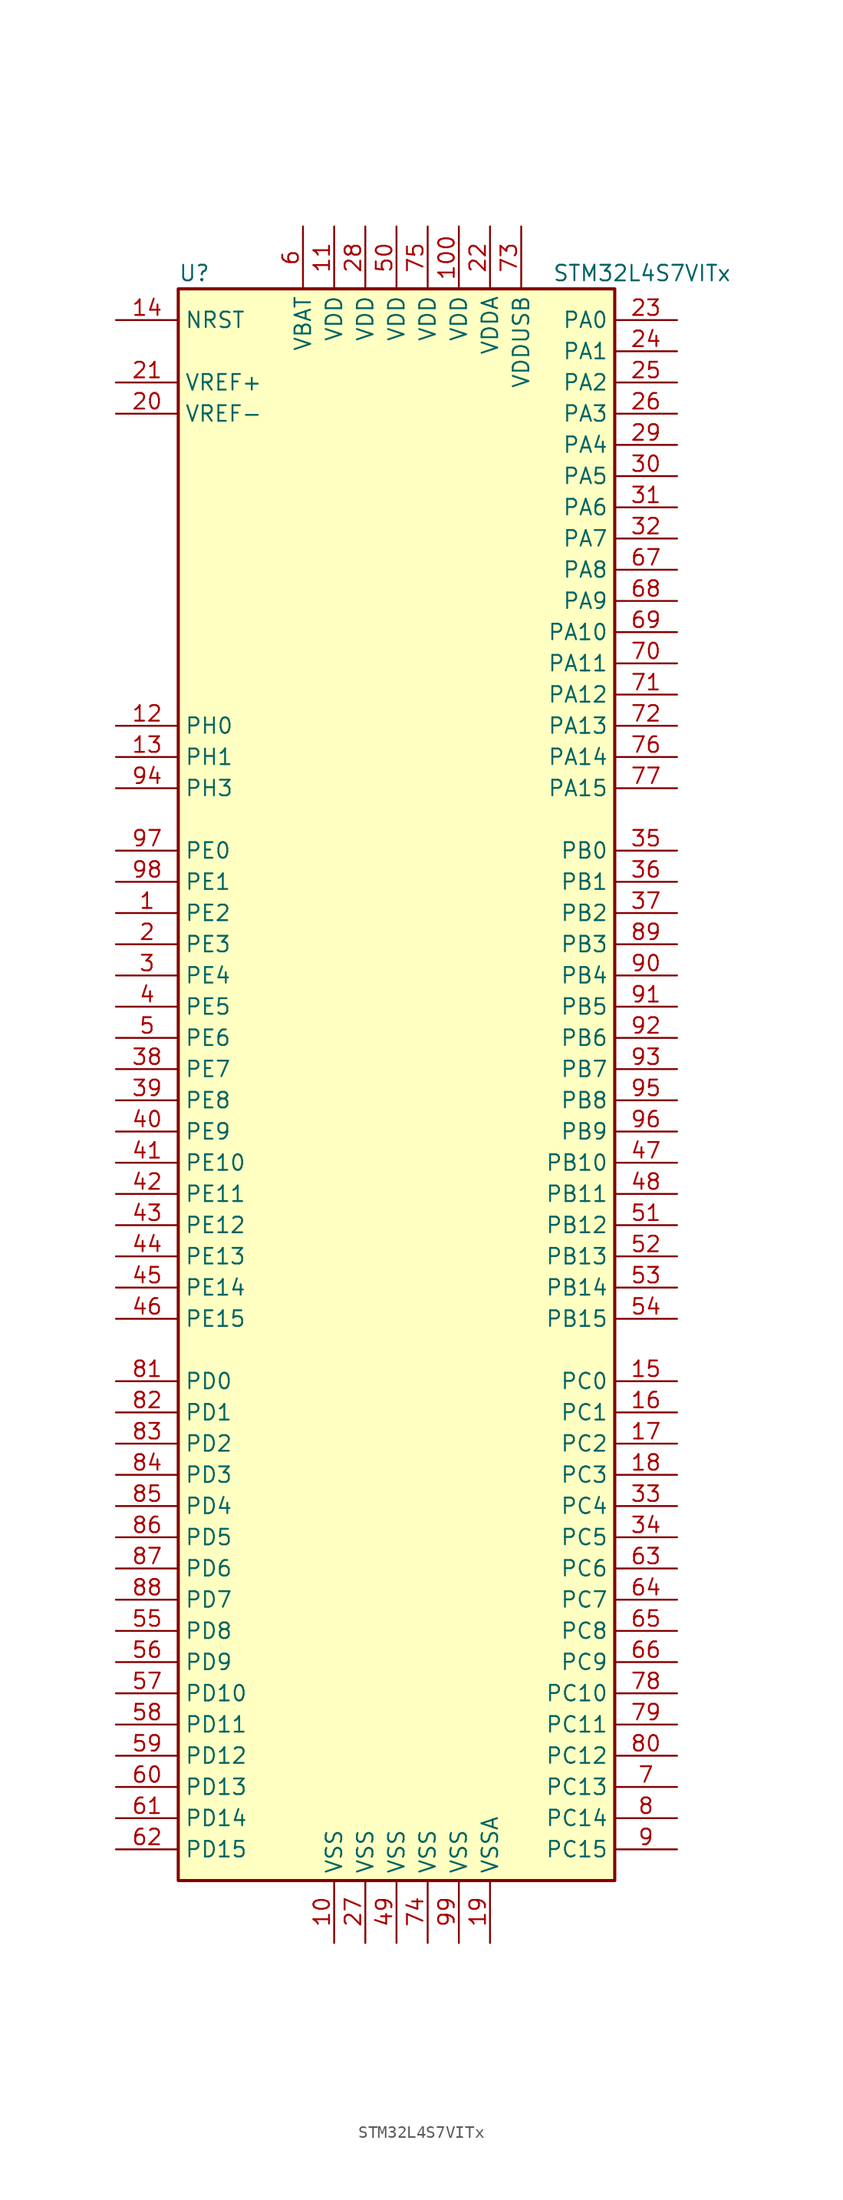
<source format=kicad_sym>
(kicad_symbol_lib
  (version 20201005)
  (generator kicad_symbol_editor)
  (symbol "MCU_ST_STM32L4+:STM32L4S7VITx"
    (property "Reference" "U"
      (at -17.78 64.77 0)
      (effects (font (size 1.27 1.27)) (justify left)))
    (property "Value" "STM32L4S7VITx"
      (at 12.7 64.77 0)
      (effects (font (size 1.27 1.27)) (justify left)))
    (symbol "STM32L4S7VITx_0_1"
      (rectangle (start -17.78 -66.04) (end 17.78 63.5) (stroke (width 0.254)) (fill (type background))))
    (symbol "STM32L4S7VITx_1_1"
      (pin input line (at -22.86 60.96 0) (length 5.08) (name "NRST" (effects (font (size 1.27 1.27)))) (number "14" (effects (font (size 1.27 1.27)))))
      (pin bidirectional line (at 22.86 60.96 180) (length 5.08) (name "PA0" (effects (font (size 1.27 1.27)))) (number "23" (effects (font (size 1.27 1.27)))))
      (pin bidirectional line (at 22.86 58.42 180) (length 5.08) (name "PA1" (effects (font (size 1.27 1.27)))) (number "24" (effects (font (size 1.27 1.27)))))
      (pin bidirectional line (at 22.86 35.56 180) (length 5.08) (name "PA10" (effects (font (size 1.27 1.27)))) (number "69" (effects (font (size 1.27 1.27)))))
      (pin bidirectional line (at 22.86 33.02 180) (length 5.08) (name "PA11" (effects (font (size 1.27 1.27)))) (number "70" (effects (font (size 1.27 1.27)))))
      (pin bidirectional line (at 22.86 30.48 180) (length 5.08) (name "PA12" (effects (font (size 1.27 1.27)))) (number "71" (effects (font (size 1.27 1.27)))))
      (pin bidirectional line (at 22.86 27.94 180) (length 5.08) (name "PA13" (effects (font (size 1.27 1.27)))) (number "72" (effects (font (size 1.27 1.27)))))
      (pin bidirectional line (at 22.86 25.4 180) (length 5.08) (name "PA14" (effects (font (size 1.27 1.27)))) (number "76" (effects (font (size 1.27 1.27)))))
      (pin bidirectional line (at 22.86 22.86 180) (length 5.08) (name "PA15" (effects (font (size 1.27 1.27)))) (number "77" (effects (font (size 1.27 1.27)))))
      (pin bidirectional line (at 22.86 55.88 180) (length 5.08) (name "PA2" (effects (font (size 1.27 1.27)))) (number "25" (effects (font (size 1.27 1.27)))))
      (pin bidirectional line (at 22.86 53.34 180) (length 5.08) (name "PA3" (effects (font (size 1.27 1.27)))) (number "26" (effects (font (size 1.27 1.27)))))
      (pin bidirectional line (at 22.86 50.8 180) (length 5.08) (name "PA4" (effects (font (size 1.27 1.27)))) (number "29" (effects (font (size 1.27 1.27)))))
      (pin bidirectional line (at 22.86 48.26 180) (length 5.08) (name "PA5" (effects (font (size 1.27 1.27)))) (number "30" (effects (font (size 1.27 1.27)))))
      (pin bidirectional line (at 22.86 45.72 180) (length 5.08) (name "PA6" (effects (font (size 1.27 1.27)))) (number "31" (effects (font (size 1.27 1.27)))))
      (pin bidirectional line (at 22.86 43.18 180) (length 5.08) (name "PA7" (effects (font (size 1.27 1.27)))) (number "32" (effects (font (size 1.27 1.27)))))
      (pin bidirectional line (at 22.86 40.64 180) (length 5.08) (name "PA8" (effects (font (size 1.27 1.27)))) (number "67" (effects (font (size 1.27 1.27)))))
      (pin bidirectional line (at 22.86 38.1 180) (length 5.08) (name "PA9" (effects (font (size 1.27 1.27)))) (number "68" (effects (font (size 1.27 1.27)))))
      (pin bidirectional line (at 22.86 17.78 180) (length 5.08) (name "PB0" (effects (font (size 1.27 1.27)))) (number "35" (effects (font (size 1.27 1.27)))))
      (pin bidirectional line (at 22.86 15.24 180) (length 5.08) (name "PB1" (effects (font (size 1.27 1.27)))) (number "36" (effects (font (size 1.27 1.27)))))
      (pin bidirectional line (at 22.86 -7.62 180) (length 5.08) (name "PB10" (effects (font (size 1.27 1.27)))) (number "47" (effects (font (size 1.27 1.27)))))
      (pin bidirectional line (at 22.86 -10.16 180) (length 5.08) (name "PB11" (effects (font (size 1.27 1.27)))) (number "48" (effects (font (size 1.27 1.27)))))
      (pin bidirectional line (at 22.86 -12.7 180) (length 5.08) (name "PB12" (effects (font (size 1.27 1.27)))) (number "51" (effects (font (size 1.27 1.27)))))
      (pin bidirectional line (at 22.86 -15.24 180) (length 5.08) (name "PB13" (effects (font (size 1.27 1.27)))) (number "52" (effects (font (size 1.27 1.27)))))
      (pin bidirectional line (at 22.86 -17.78 180) (length 5.08) (name "PB14" (effects (font (size 1.27 1.27)))) (number "53" (effects (font (size 1.27 1.27)))))
      (pin bidirectional line (at 22.86 -20.32 180) (length 5.08) (name "PB15" (effects (font (size 1.27 1.27)))) (number "54" (effects (font (size 1.27 1.27)))))
      (pin bidirectional line (at 22.86 12.7 180) (length 5.08) (name "PB2" (effects (font (size 1.27 1.27)))) (number "37" (effects (font (size 1.27 1.27)))))
      (pin bidirectional line (at 22.86 10.16 180) (length 5.08) (name "PB3" (effects (font (size 1.27 1.27)))) (number "89" (effects (font (size 1.27 1.27)))))
      (pin bidirectional line (at 22.86 7.62 180) (length 5.08) (name "PB4" (effects (font (size 1.27 1.27)))) (number "90" (effects (font (size 1.27 1.27)))))
      (pin bidirectional line (at 22.86 5.08 180) (length 5.08) (name "PB5" (effects (font (size 1.27 1.27)))) (number "91" (effects (font (size 1.27 1.27)))))
      (pin bidirectional line (at 22.86 2.54 180) (length 5.08) (name "PB6" (effects (font (size 1.27 1.27)))) (number "92" (effects (font (size 1.27 1.27)))))
      (pin bidirectional line (at 22.86 0 180) (length 5.08) (name "PB7" (effects (font (size 1.27 1.27)))) (number "93" (effects (font (size 1.27 1.27)))))
      (pin bidirectional line (at 22.86 -2.54 180) (length 5.08) (name "PB8" (effects (font (size 1.27 1.27)))) (number "95" (effects (font (size 1.27 1.27)))))
      (pin bidirectional line (at 22.86 -5.08 180) (length 5.08) (name "PB9" (effects (font (size 1.27 1.27)))) (number "96" (effects (font (size 1.27 1.27)))))
      (pin bidirectional line (at 22.86 -25.4 180) (length 5.08) (name "PC0" (effects (font (size 1.27 1.27)))) (number "15" (effects (font (size 1.27 1.27)))))
      (pin bidirectional line (at 22.86 -27.94 180) (length 5.08) (name "PC1" (effects (font (size 1.27 1.27)))) (number "16" (effects (font (size 1.27 1.27)))))
      (pin bidirectional line (at 22.86 -50.8 180) (length 5.08) (name "PC10" (effects (font (size 1.27 1.27)))) (number "78" (effects (font (size 1.27 1.27)))))
      (pin bidirectional line (at 22.86 -53.34 180) (length 5.08) (name "PC11" (effects (font (size 1.27 1.27)))) (number "79" (effects (font (size 1.27 1.27)))))
      (pin bidirectional line (at 22.86 -55.88 180) (length 5.08) (name "PC12" (effects (font (size 1.27 1.27)))) (number "80" (effects (font (size 1.27 1.27)))))
      (pin bidirectional line (at 22.86 -58.42 180) (length 5.08) (name "PC13" (effects (font (size 1.27 1.27)))) (number "7" (effects (font (size 1.27 1.27)))))
      (pin bidirectional line (at 22.86 -60.96 180) (length 5.08) (name "PC14" (effects (font (size 1.27 1.27)))) (number "8" (effects (font (size 1.27 1.27)))))
      (pin bidirectional line (at 22.86 -63.5 180) (length 5.08) (name "PC15" (effects (font (size 1.27 1.27)))) (number "9" (effects (font (size 1.27 1.27)))))
      (pin bidirectional line (at 22.86 -30.48 180) (length 5.08) (name "PC2" (effects (font (size 1.27 1.27)))) (number "17" (effects (font (size 1.27 1.27)))))
      (pin bidirectional line (at 22.86 -33.02 180) (length 5.08) (name "PC3" (effects (font (size 1.27 1.27)))) (number "18" (effects (font (size 1.27 1.27)))))
      (pin bidirectional line (at 22.86 -35.56 180) (length 5.08) (name "PC4" (effects (font (size 1.27 1.27)))) (number "33" (effects (font (size 1.27 1.27)))))
      (pin bidirectional line (at 22.86 -38.1 180) (length 5.08) (name "PC5" (effects (font (size 1.27 1.27)))) (number "34" (effects (font (size 1.27 1.27)))))
      (pin bidirectional line (at 22.86 -40.64 180) (length 5.08) (name "PC6" (effects (font (size 1.27 1.27)))) (number "63" (effects (font (size 1.27 1.27)))))
      (pin bidirectional line (at 22.86 -43.18 180) (length 5.08) (name "PC7" (effects (font (size 1.27 1.27)))) (number "64" (effects (font (size 1.27 1.27)))))
      (pin bidirectional line (at 22.86 -45.72 180) (length 5.08) (name "PC8" (effects (font (size 1.27 1.27)))) (number "65" (effects (font (size 1.27 1.27)))))
      (pin bidirectional line (at 22.86 -48.26 180) (length 5.08) (name "PC9" (effects (font (size 1.27 1.27)))) (number "66" (effects (font (size 1.27 1.27)))))
      (pin bidirectional line (at -22.86 -25.4 0) (length 5.08) (name "PD0" (effects (font (size 1.27 1.27)))) (number "81" (effects (font (size 1.27 1.27)))))
      (pin bidirectional line (at -22.86 -27.94 0) (length 5.08) (name "PD1" (effects (font (size 1.27 1.27)))) (number "82" (effects (font (size 1.27 1.27)))))
      (pin bidirectional line (at -22.86 -50.8 0) (length 5.08) (name "PD10" (effects (font (size 1.27 1.27)))) (number "57" (effects (font (size 1.27 1.27)))))
      (pin bidirectional line (at -22.86 -53.34 0) (length 5.08) (name "PD11" (effects (font (size 1.27 1.27)))) (number "58" (effects (font (size 1.27 1.27)))))
      (pin bidirectional line (at -22.86 -55.88 0) (length 5.08) (name "PD12" (effects (font (size 1.27 1.27)))) (number "59" (effects (font (size 1.27 1.27)))))
      (pin bidirectional line (at -22.86 -58.42 0) (length 5.08) (name "PD13" (effects (font (size 1.27 1.27)))) (number "60" (effects (font (size 1.27 1.27)))))
      (pin bidirectional line (at -22.86 -60.96 0) (length 5.08) (name "PD14" (effects (font (size 1.27 1.27)))) (number "61" (effects (font (size 1.27 1.27)))))
      (pin bidirectional line (at -22.86 -63.5 0) (length 5.08) (name "PD15" (effects (font (size 1.27 1.27)))) (number "62" (effects (font (size 1.27 1.27)))))
      (pin bidirectional line (at -22.86 -30.48 0) (length 5.08) (name "PD2" (effects (font (size 1.27 1.27)))) (number "83" (effects (font (size 1.27 1.27)))))
      (pin bidirectional line (at -22.86 -33.02 0) (length 5.08) (name "PD3" (effects (font (size 1.27 1.27)))) (number "84" (effects (font (size 1.27 1.27)))))
      (pin bidirectional line (at -22.86 -35.56 0) (length 5.08) (name "PD4" (effects (font (size 1.27 1.27)))) (number "85" (effects (font (size 1.27 1.27)))))
      (pin bidirectional line (at -22.86 -38.1 0) (length 5.08) (name "PD5" (effects (font (size 1.27 1.27)))) (number "86" (effects (font (size 1.27 1.27)))))
      (pin bidirectional line (at -22.86 -40.64 0) (length 5.08) (name "PD6" (effects (font (size 1.27 1.27)))) (number "87" (effects (font (size 1.27 1.27)))))
      (pin bidirectional line (at -22.86 -43.18 0) (length 5.08) (name "PD7" (effects (font (size 1.27 1.27)))) (number "88" (effects (font (size 1.27 1.27)))))
      (pin bidirectional line (at -22.86 -45.72 0) (length 5.08) (name "PD8" (effects (font (size 1.27 1.27)))) (number "55" (effects (font (size 1.27 1.27)))))
      (pin bidirectional line (at -22.86 -48.26 0) (length 5.08) (name "PD9" (effects (font (size 1.27 1.27)))) (number "56" (effects (font (size 1.27 1.27)))))
      (pin bidirectional line (at -22.86 17.78 0) (length 5.08) (name "PE0" (effects (font (size 1.27 1.27)))) (number "97" (effects (font (size 1.27 1.27)))))
      (pin bidirectional line (at -22.86 15.24 0) (length 5.08) (name "PE1" (effects (font (size 1.27 1.27)))) (number "98" (effects (font (size 1.27 1.27)))))
      (pin bidirectional line (at -22.86 -7.62 0) (length 5.08) (name "PE10" (effects (font (size 1.27 1.27)))) (number "41" (effects (font (size 1.27 1.27)))))
      (pin bidirectional line (at -22.86 -10.16 0) (length 5.08) (name "PE11" (effects (font (size 1.27 1.27)))) (number "42" (effects (font (size 1.27 1.27)))))
      (pin bidirectional line (at -22.86 -12.7 0) (length 5.08) (name "PE12" (effects (font (size 1.27 1.27)))) (number "43" (effects (font (size 1.27 1.27)))))
      (pin bidirectional line (at -22.86 -15.24 0) (length 5.08) (name "PE13" (effects (font (size 1.27 1.27)))) (number "44" (effects (font (size 1.27 1.27)))))
      (pin bidirectional line (at -22.86 -17.78 0) (length 5.08) (name "PE14" (effects (font (size 1.27 1.27)))) (number "45" (effects (font (size 1.27 1.27)))))
      (pin bidirectional line (at -22.86 -20.32 0) (length 5.08) (name "PE15" (effects (font (size 1.27 1.27)))) (number "46" (effects (font (size 1.27 1.27)))))
      (pin bidirectional line (at -22.86 12.7 0) (length 5.08) (name "PE2" (effects (font (size 1.27 1.27)))) (number "1" (effects (font (size 1.27 1.27)))))
      (pin bidirectional line (at -22.86 10.16 0) (length 5.08) (name "PE3" (effects (font (size 1.27 1.27)))) (number "2" (effects (font (size 1.27 1.27)))))
      (pin bidirectional line (at -22.86 7.62 0) (length 5.08) (name "PE4" (effects (font (size 1.27 1.27)))) (number "3" (effects (font (size 1.27 1.27)))))
      (pin bidirectional line (at -22.86 5.08 0) (length 5.08) (name "PE5" (effects (font (size 1.27 1.27)))) (number "4" (effects (font (size 1.27 1.27)))))
      (pin bidirectional line (at -22.86 2.54 0) (length 5.08) (name "PE6" (effects (font (size 1.27 1.27)))) (number "5" (effects (font (size 1.27 1.27)))))
      (pin bidirectional line (at -22.86 0 0) (length 5.08) (name "PE7" (effects (font (size 1.27 1.27)))) (number "38" (effects (font (size 1.27 1.27)))))
      (pin bidirectional line (at -22.86 -2.54 0) (length 5.08) (name "PE8" (effects (font (size 1.27 1.27)))) (number "39" (effects (font (size 1.27 1.27)))))
      (pin bidirectional line (at -22.86 -5.08 0) (length 5.08) (name "PE9" (effects (font (size 1.27 1.27)))) (number "40" (effects (font (size 1.27 1.27)))))
      (pin input line (at -22.86 27.94 0) (length 5.08) (name "PH0" (effects (font (size 1.27 1.27)))) (number "12" (effects (font (size 1.27 1.27)))))
      (pin input line (at -22.86 25.4 0) (length 5.08) (name "PH1" (effects (font (size 1.27 1.27)))) (number "13" (effects (font (size 1.27 1.27)))))
      (pin bidirectional line (at -22.86 22.86 0) (length 5.08) (name "PH3" (effects (font (size 1.27 1.27)))) (number "94" (effects (font (size 1.27 1.27)))))
      (pin power_in line (at -7.62 68.58 270) (length 5.08) (name "VBAT" (effects (font (size 1.27 1.27)))) (number "6" (effects (font (size 1.27 1.27)))))
      (pin power_in line (at 5.08 68.58 270) (length 5.08) (name "VDD" (effects (font (size 1.27 1.27)))) (number "100" (effects (font (size 1.27 1.27)))))
      (pin power_in line (at -5.08 68.58 270) (length 5.08) (name "VDD" (effects (font (size 1.27 1.27)))) (number "11" (effects (font (size 1.27 1.27)))))
      (pin power_in line (at -2.54 68.58 270) (length 5.08) (name "VDD" (effects (font (size 1.27 1.27)))) (number "28" (effects (font (size 1.27 1.27)))))
      (pin power_in line (at 0 68.58 270) (length 5.08) (name "VDD" (effects (font (size 1.27 1.27)))) (number "50" (effects (font (size 1.27 1.27)))))
      (pin power_in line (at 2.54 68.58 270) (length 5.08) (name "VDD" (effects (font (size 1.27 1.27)))) (number "75" (effects (font (size 1.27 1.27)))))
      (pin power_in line (at 7.62 68.58 270) (length 5.08) (name "VDDA" (effects (font (size 1.27 1.27)))) (number "22" (effects (font (size 1.27 1.27)))))
      (pin power_in line (at 10.16 68.58 270) (length 5.08) (name "VDDUSB" (effects (font (size 1.27 1.27)))) (number "73" (effects (font (size 1.27 1.27)))))
      (pin bidirectional line (at -22.86 55.88 0) (length 5.08) (name "VREF+" (effects (font (size 1.27 1.27)))) (number "21" (effects (font (size 1.27 1.27)))))
      (pin power_in line (at -22.86 53.34 0) (length 5.08) (name "VREF-" (effects (font (size 1.27 1.27)))) (number "20" (effects (font (size 1.27 1.27)))))
      (pin power_in line (at -5.08 -71.12 90) (length 5.08) (name "VSS" (effects (font (size 1.27 1.27)))) (number "10" (effects (font (size 1.27 1.27)))))
      (pin power_in line (at -2.54 -71.12 90) (length 5.08) (name "VSS" (effects (font (size 1.27 1.27)))) (number "27" (effects (font (size 1.27 1.27)))))
      (pin power_in line (at 0 -71.12 90) (length 5.08) (name "VSS" (effects (font (size 1.27 1.27)))) (number "49" (effects (font (size 1.27 1.27)))))
      (pin power_in line (at 2.54 -71.12 90) (length 5.08) (name "VSS" (effects (font (size 1.27 1.27)))) (number "74" (effects (font (size 1.27 1.27)))))
      (pin power_in line (at 5.08 -71.12 90) (length 5.08) (name "VSS" (effects (font (size 1.27 1.27)))) (number "99" (effects (font (size 1.27 1.27)))))
      (pin power_in line (at 7.62 -71.12 90) (length 5.08) (name "VSSA" (effects (font (size 1.27 1.27)))) (number "19" (effects (font (size 1.27 1.27))))))))
</source>
